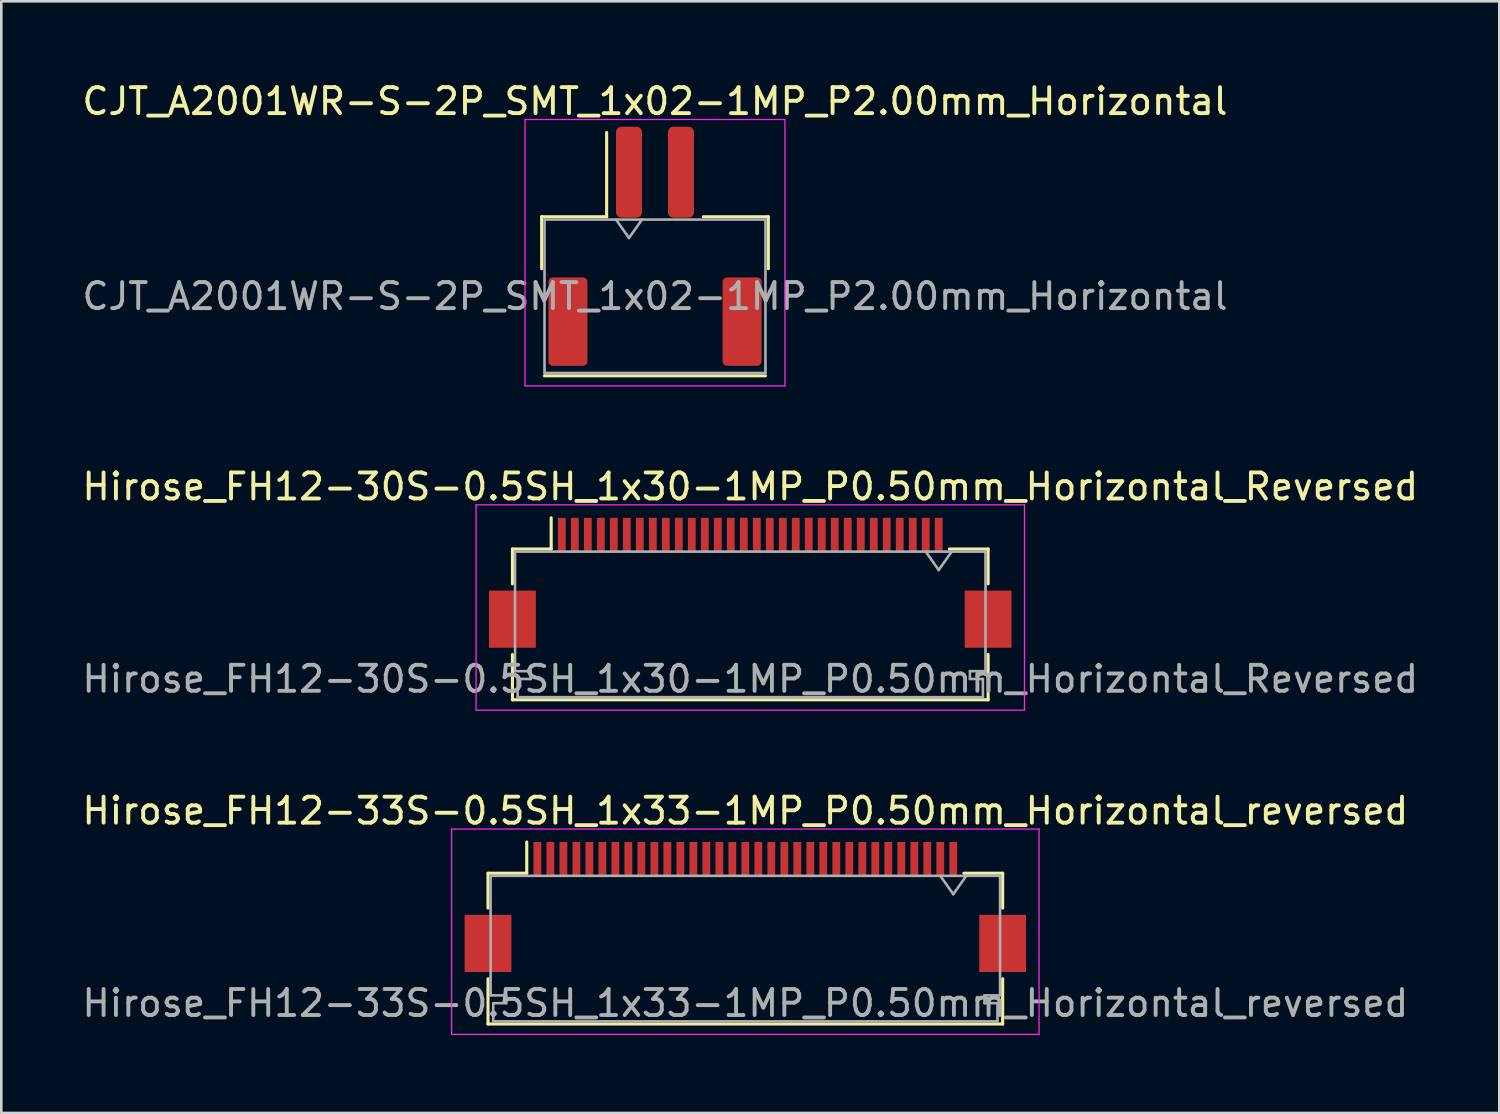
<source format=kicad_pcb>
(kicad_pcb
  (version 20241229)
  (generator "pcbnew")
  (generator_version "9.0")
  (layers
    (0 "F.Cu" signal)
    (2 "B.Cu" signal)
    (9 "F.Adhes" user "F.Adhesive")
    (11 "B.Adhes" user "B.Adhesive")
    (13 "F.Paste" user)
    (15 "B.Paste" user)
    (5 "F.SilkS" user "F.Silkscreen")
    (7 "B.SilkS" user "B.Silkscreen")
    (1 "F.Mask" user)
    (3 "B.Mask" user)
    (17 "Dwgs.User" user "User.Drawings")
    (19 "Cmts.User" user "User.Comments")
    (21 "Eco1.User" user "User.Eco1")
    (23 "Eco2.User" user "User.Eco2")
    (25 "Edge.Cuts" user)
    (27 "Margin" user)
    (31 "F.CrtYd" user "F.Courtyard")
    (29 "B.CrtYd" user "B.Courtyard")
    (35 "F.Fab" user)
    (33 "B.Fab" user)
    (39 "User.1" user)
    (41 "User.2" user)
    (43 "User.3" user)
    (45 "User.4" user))
  (footprint "CJT_A2001WR-S-2P_SMT_1x02-1MP_P2.00mm_Horizontal"
    (layer "F.Cu")
    (at 22.149 6.448)
    (property "Reference" "CJT_A2001WR-S-2P_SMT_1x02-1MP_P2.00mm_Horizontal" (at 0 -5.6 0) (layer "F.SilkS") (effects (font (size 1 1) (thickness 0.15))))
    (attr smd)
    (fp_line (start -4.36 -1.16) (end -1.86 -1.16) (stroke (width 0.12) (type solid)) (layer "F.SilkS"))
    (fp_line (start -4.36 0.84) (end -4.36 -1.16) (stroke (width 0.12) (type solid)) (layer "F.SilkS"))
    (fp_line (start -4.25 4.96) (end 4.25 4.96) (stroke (width 0.12) (type solid)) (layer "F.SilkS"))
    (fp_line (start -1.86 -1.16) (end -1.86 -4.4) (stroke (width 0.12) (type solid)) (layer "F.SilkS"))
    (fp_line (start 4.36 -1.16) (end 1.86 -1.16) (stroke (width 0.12) (type solid)) (layer "F.SilkS"))
    (fp_line (start 4.36 0.84) (end 4.36 -1.16) (stroke (width 0.12) (type solid)) (layer "F.SilkS"))
    (fp_line (start -5 -4.9) (end -5 5.35) (stroke (width 0.05) (type solid)) (layer "F.CrtYd"))
    (fp_line (start -5 5.35) (end 5 5.35) (stroke (width 0.05) (type solid)) (layer "F.CrtYd"))
    (fp_line (start 5 -4.9) (end -5 -4.9) (stroke (width 0.05) (type solid)) (layer "F.CrtYd"))
    (fp_line (start 5 5.35) (end 5 -4.9) (stroke (width 0.05) (type solid)) (layer "F.CrtYd"))
    (fp_line (start -4.25 -1.05) (end -4.25 4.85) (stroke (width 0.1) (type solid)) (layer "F.Fab"))
    (fp_line (start -4.25 -1.05) (end 4.25 -1.05) (stroke (width 0.1) (type solid)) (layer "F.Fab"))
    (fp_line (start -4.25 4.85) (end 4.25 4.85) (stroke (width 0.1) (type solid)) (layer "F.Fab"))
    (fp_line (start -1.5 -1.05) (end -1 -0.343) (stroke (width 0.1) (type solid)) (layer "F.Fab"))
    (fp_line (start -1 -0.343) (end -0.5 -1.05) (stroke (width 0.1) (type solid)) (layer "F.Fab"))
    (fp_line (start 4.25 -1.05) (end 4.25 4.85) (stroke (width 0.1) (type solid)) (layer "F.Fab"))
    (fp_text user "${REFERENCE}" (at 0 1.9 0) (layer "F.Fab") (effects (font (size 1 1) (thickness 0.15))))
    (pad "1" smd roundrect (at -1 -2.875) (size 1 3.5) (layers "F.Cu" "F.Mask" "F.Paste") (roundrect_rratio 0.208))
    (pad "2" smd roundrect (at 1 -2.875) (size 1 3.5) (layers "F.Cu" "F.Mask" "F.Paste") (roundrect_rratio 0.208))
    (pad "MP" smd roundrect (at -3.35 2.875) (size 1.5 3.4) (layers "F.Cu" "F.Mask" "F.Paste") (roundrect_rratio 0.109))
    (pad "MP" smd roundrect (at 3.35 2.875) (size 1.5 3.4) (layers "F.Cu" "F.Mask" "F.Paste") (roundrect_rratio 0.109)))
  (footprint "Hirose_FH12-33S-0.5SH_1x33-1MP_P0.50mm_Horizontal_reversed"
    (layer "F.Cu")
    (at 25.625 31.845)
    (property "Reference" "Hirose_FH12-33S-0.5SH_1x33-1MP_P0.50mm_Horizontal_reversed" (at 0 -3.7 0) (layer "F.SilkS") (effects (font (size 1 1) (thickness 0.15))))
    (attr smd)
    (fp_line (start -9.9 -1.3) (end -9.9 0.04) (stroke (width 0.12) (type solid)) (layer "F.SilkS"))
    (fp_line (start -9.9 2.76) (end -9.9 4.5) (stroke (width 0.12) (type solid)) (layer "F.SilkS"))
    (fp_line (start -9.9 4.5) (end 9.9 4.5) (stroke (width 0.12) (type solid)) (layer "F.SilkS"))
    (fp_line (start -8.41 -1.3) (end -9.9 -1.3) (stroke (width 0.12) (type solid)) (layer "F.SilkS"))
    (fp_line (start -8.41 -1.3) (end -8.41 -2.5) (stroke (width 0.12) (type solid)) (layer "F.SilkS"))
    (fp_line (start 8.41 -1.3) (end 9.9 -1.3) (stroke (width 0.12) (type solid)) (layer "F.SilkS"))
    (fp_line (start 9.9 -1.3) (end 9.9 0.04) (stroke (width 0.12) (type solid)) (layer "F.SilkS"))
    (fp_line (start 9.9 4.5) (end 9.9 2.76) (stroke (width 0.12) (type solid)) (layer "F.SilkS"))
    (fp_line (start -11.3 -3) (end -11.3 4.9) (stroke (width 0.05) (type solid)) (layer "F.CrtYd"))
    (fp_line (start -11.3 4.9) (end 11.3 4.9) (stroke (width 0.05) (type solid)) (layer "F.CrtYd"))
    (fp_line (start 11.3 -3) (end -11.3 -3) (stroke (width 0.05) (type solid)) (layer "F.CrtYd"))
    (fp_line (start 11.3 4.9) (end 11.3 -3) (stroke (width 0.05) (type solid)) (layer "F.CrtYd"))
    (fp_line (start -9.8 -1.2) (end -9.8 3.4) (stroke (width 0.1) (type solid)) (layer "F.Fab"))
    (fp_line (start -9.8 3.4) (end -9.2 3.4) (stroke (width 0.1) (type solid)) (layer "F.Fab"))
    (fp_line (start -9.7 3.7) (end -9.7 4.4) (stroke (width 0.1) (type solid)) (layer "F.Fab"))
    (fp_line (start -9.7 4.4) (end 0 4.4) (stroke (width 0.1) (type solid)) (layer "F.Fab"))
    (fp_line (start -9.2 3.4) (end -9.2 3.7) (stroke (width 0.1) (type solid)) (layer "F.Fab"))
    (fp_line (start -9.2 3.7) (end -9.7 3.7) (stroke (width 0.1) (type solid)) (layer "F.Fab"))
    (fp_line (start 0 -1.2) (end -9.8 -1.2) (stroke (width 0.1) (type solid)) (layer "F.Fab"))
    (fp_line (start 0 -1.2) (end 9.8 -1.2) (stroke (width 0.1) (type solid)) (layer "F.Fab"))
    (fp_line (start 7.5 -1.2) (end 8 -0.493) (stroke (width 0.1) (type solid)) (layer "F.Fab"))
    (fp_line (start 8 -0.493) (end 8.5 -1.2) (stroke (width 0.1) (type solid)) (layer "F.Fab"))
    (fp_line (start 9.2 3.4) (end 9.2 3.7) (stroke (width 0.1) (type solid)) (layer "F.Fab"))
    (fp_line (start 9.2 3.7) (end 9.7 3.7) (stroke (width 0.1) (type solid)) (layer "F.Fab"))
    (fp_line (start 9.7 3.7) (end 9.7 4.4) (stroke (width 0.1) (type solid)) (layer "F.Fab"))
    (fp_line (start 9.7 4.4) (end 0 4.4) (stroke (width 0.1) (type solid)) (layer "F.Fab"))
    (fp_line (start 9.8 -1.2) (end 9.8 3.4) (stroke (width 0.1) (type solid)) (layer "F.Fab"))
    (fp_line (start 9.8 3.4) (end 9.2 3.4) (stroke (width 0.1) (type solid)) (layer "F.Fab"))
    (fp_text user "${REFERENCE}" (at 0 3.7 0) (layer "F.Fab") (effects (font (size 1 1) (thickness 0.15))))
    (pad "1" smd rect (at 8 -1.85) (size 0.3 1.3) (layers "F.Cu" "F.Mask" "F.Paste"))
    (pad "2" smd rect (at 7.5 -1.85) (size 0.3 1.3) (layers "F.Cu" "F.Mask" "F.Paste"))
    (pad "3" smd rect (at 7 -1.85) (size 0.3 1.3) (layers "F.Cu" "F.Mask" "F.Paste"))
    (pad "4" smd rect (at 6.5 -1.85) (size 0.3 1.3) (layers "F.Cu" "F.Mask" "F.Paste"))
    (pad "5" smd rect (at 6 -1.85) (size 0.3 1.3) (layers "F.Cu" "F.Mask" "F.Paste"))
    (pad "6" smd rect (at 5.5 -1.85) (size 0.3 1.3) (layers "F.Cu" "F.Mask" "F.Paste"))
    (pad "7" smd rect (at 5 -1.85) (size 0.3 1.3) (layers "F.Cu" "F.Mask" "F.Paste"))
    (pad "8" smd rect (at 4.5 -1.85) (size 0.3 1.3) (layers "F.Cu" "F.Mask" "F.Paste"))
    (pad "9" smd rect (at 4 -1.85) (size 0.3 1.3) (layers "F.Cu" "F.Mask" "F.Paste"))
    (pad "10" smd rect (at 3.5 -1.85) (size 0.3 1.3) (layers "F.Cu" "F.Mask" "F.Paste"))
    (pad "11" smd rect (at 3 -1.85) (size 0.3 1.3) (layers "F.Cu" "F.Mask" "F.Paste"))
    (pad "12" smd rect (at 2.5 -1.85) (size 0.3 1.3) (layers "F.Cu" "F.Mask" "F.Paste"))
    (pad "13" smd rect (at 2 -1.85) (size 0.3 1.3) (layers "F.Cu" "F.Mask" "F.Paste"))
    (pad "14" smd rect (at 1.5 -1.85) (size 0.3 1.3) (layers "F.Cu" "F.Mask" "F.Paste"))
    (pad "15" smd rect (at 1 -1.85) (size 0.3 1.3) (layers "F.Cu" "F.Mask" "F.Paste"))
    (pad "16" smd rect (at 0.5 -1.85) (size 0.3 1.3) (layers "F.Cu" "F.Mask" "F.Paste"))
    (pad "17" smd rect (at 0 -1.85) (size 0.3 1.3) (layers "F.Cu" "F.Mask" "F.Paste"))
    (pad "18" smd rect (at -0.5 -1.85) (size 0.3 1.3) (layers "F.Cu" "F.Mask" "F.Paste"))
    (pad "19" smd rect (at -1 -1.85) (size 0.3 1.3) (layers "F.Cu" "F.Mask" "F.Paste"))
    (pad "20" smd rect (at -1.5 -1.85) (size 0.3 1.3) (layers "F.Cu" "F.Mask" "F.Paste"))
    (pad "21" smd rect (at -2 -1.85) (size 0.3 1.3) (layers "F.Cu" "F.Mask" "F.Paste"))
    (pad "22" smd rect (at -2.5 -1.85) (size 0.3 1.3) (layers "F.Cu" "F.Mask" "F.Paste"))
    (pad "23" smd rect (at -3 -1.85) (size 0.3 1.3) (layers "F.Cu" "F.Mask" "F.Paste"))
    (pad "24" smd rect (at -3.5 -1.85) (size 0.3 1.3) (layers "F.Cu" "F.Mask" "F.Paste"))
    (pad "25" smd rect (at -4 -1.85) (size 0.3 1.3) (layers "F.Cu" "F.Mask" "F.Paste"))
    (pad "26" smd rect (at -4.5 -1.85) (size 0.3 1.3) (layers "F.Cu" "F.Mask" "F.Paste"))
    (pad "27" smd rect (at -5 -1.85) (size 0.3 1.3) (layers "F.Cu" "F.Mask" "F.Paste"))
    (pad "28" smd rect (at -5.5 -1.85) (size 0.3 1.3) (layers "F.Cu" "F.Mask" "F.Paste"))
    (pad "29" smd rect (at -6 -1.85) (size 0.3 1.3) (layers "F.Cu" "F.Mask" "F.Paste"))
    (pad "30" smd rect (at -6.5 -1.85) (size 0.3 1.3) (layers "F.Cu" "F.Mask" "F.Paste"))
    (pad "31" smd rect (at -7 -1.85) (size 0.3 1.3) (layers "F.Cu" "F.Mask" "F.Paste"))
    (pad "32" smd rect (at -7.5 -1.85) (size 0.3 1.3) (layers "F.Cu" "F.Mask" "F.Paste"))
    (pad "33" smd rect (at -8 -1.85) (size 0.3 1.3) (layers "F.Cu" "F.Mask" "F.Paste"))
    (pad "MP" smd rect (at -9.9 1.4) (size 1.8 2.2) (layers "F.Cu" "F.Mask" "F.Paste"))
    (pad "MP" smd rect (at 9.9 1.4) (size 1.8 2.2) (layers "F.Cu" "F.Mask" "F.Paste")))
  (footprint "Hirose_FH12-30S-0.5SH_1x30-1MP_P0.50mm_Horizontal_Reversed"
    (layer "F.Cu")
    (at 25.815 19.372)
    (property "Reference" "Hirose_FH12-30S-0.5SH_1x30-1MP_P0.50mm_Horizontal_Reversed" (at 0 -3.7 0) (layer "F.SilkS") (effects (font (size 1 1) (thickness 0.15))))
    (attr smd)
    (fp_line (start -9.15 -1.3) (end -9.15 0.04) (stroke (width 0.12) (type solid)) (layer "F.SilkS"))
    (fp_line (start -9.15 2.76) (end -9.15 4.5) (stroke (width 0.12) (type solid)) (layer "F.SilkS"))
    (fp_line (start -9.15 4.5) (end 9.15 4.5) (stroke (width 0.12) (type solid)) (layer "F.SilkS"))
    (fp_line (start -7.66 -1.3) (end -9.15 -1.3) (stroke (width 0.12) (type solid)) (layer "F.SilkS"))
    (fp_line (start -7.66 -1.3) (end -7.66 -2.5) (stroke (width 0.12) (type solid)) (layer "F.SilkS"))
    (fp_line (start 7.66 -1.3) (end 9.15 -1.3) (stroke (width 0.12) (type solid)) (layer "F.SilkS"))
    (fp_line (start 9.15 -1.3) (end 9.15 0.04) (stroke (width 0.12) (type solid)) (layer "F.SilkS"))
    (fp_line (start 9.15 4.5) (end 9.15 2.76) (stroke (width 0.12) (type solid)) (layer "F.SilkS"))
    (fp_line (start -10.55 -3) (end -10.55 4.9) (stroke (width 0.05) (type solid)) (layer "F.CrtYd"))
    (fp_line (start -10.55 4.9) (end 10.55 4.9) (stroke (width 0.05) (type solid)) (layer "F.CrtYd"))
    (fp_line (start 10.55 -3) (end -10.55 -3) (stroke (width 0.05) (type solid)) (layer "F.CrtYd"))
    (fp_line (start 10.55 4.9) (end 10.55 -3) (stroke (width 0.05) (type solid)) (layer "F.CrtYd"))
    (fp_line (start -9.05 -1.2) (end -9.05 3.4) (stroke (width 0.1) (type solid)) (layer "F.Fab"))
    (fp_line (start -9.05 3.4) (end -8.45 3.4) (stroke (width 0.1) (type solid)) (layer "F.Fab"))
    (fp_line (start -8.95 3.7) (end -8.95 4.4) (stroke (width 0.1) (type solid)) (layer "F.Fab"))
    (fp_line (start -8.95 4.4) (end 0 4.4) (stroke (width 0.1) (type solid)) (layer "F.Fab"))
    (fp_line (start -8.45 3.4) (end -8.45 3.7) (stroke (width 0.1) (type solid)) (layer "F.Fab"))
    (fp_line (start -8.45 3.7) (end -8.95 3.7) (stroke (width 0.1) (type solid)) (layer "F.Fab"))
    (fp_line (start 0 -1.2) (end -9.05 -1.2) (stroke (width 0.1) (type solid)) (layer "F.Fab"))
    (fp_line (start 0 -1.2) (end 9.05 -1.2) (stroke (width 0.1) (type solid)) (layer "F.Fab"))
    (fp_line (start 6.75 -1.2) (end 7.25 -0.493) (stroke (width 0.1) (type solid)) (layer "F.Fab"))
    (fp_line (start 7.25 -0.493) (end 7.75 -1.2) (stroke (width 0.1) (type solid)) (layer "F.Fab"))
    (fp_line (start 8.45 3.4) (end 8.45 3.7) (stroke (width 0.1) (type solid)) (layer "F.Fab"))
    (fp_line (start 8.45 3.7) (end 8.95 3.7) (stroke (width 0.1) (type solid)) (layer "F.Fab"))
    (fp_line (start 8.95 3.7) (end 8.95 4.4) (stroke (width 0.1) (type solid)) (layer "F.Fab"))
    (fp_line (start 8.95 4.4) (end 0 4.4) (stroke (width 0.1) (type solid)) (layer "F.Fab"))
    (fp_line (start 9.05 -1.2) (end 9.05 3.4) (stroke (width 0.1) (type solid)) (layer "F.Fab"))
    (fp_line (start 9.05 3.4) (end 8.45 3.4) (stroke (width 0.1) (type solid)) (layer "F.Fab"))
    (fp_text user "${REFERENCE}" (at 0 3.7 0) (layer "F.Fab") (effects (font (size 1 1) (thickness 0.15))))
    (pad "1" smd rect (at 7.25 -1.85) (size 0.3 1.3) (layers "F.Cu" "F.Mask" "F.Paste"))
    (pad "2" smd rect (at 6.75 -1.85) (size 0.3 1.3) (layers "F.Cu" "F.Mask" "F.Paste"))
    (pad "3" smd rect (at 6.25 -1.85) (size 0.3 1.3) (layers "F.Cu" "F.Mask" "F.Paste"))
    (pad "4" smd rect (at 5.75 -1.85) (size 0.3 1.3) (layers "F.Cu" "F.Mask" "F.Paste"))
    (pad "5" smd rect (at 5.25 -1.85) (size 0.3 1.3) (layers "F.Cu" "F.Mask" "F.Paste"))
    (pad "6" smd rect (at 4.75 -1.85) (size 0.3 1.3) (layers "F.Cu" "F.Mask" "F.Paste"))
    (pad "7" smd rect (at 4.25 -1.85) (size 0.3 1.3) (layers "F.Cu" "F.Mask" "F.Paste"))
    (pad "8" smd rect (at 3.75 -1.85) (size 0.3 1.3) (layers "F.Cu" "F.Mask" "F.Paste"))
    (pad "9" smd rect (at 3.25 -1.85) (size 0.3 1.3) (layers "F.Cu" "F.Mask" "F.Paste"))
    (pad "10" smd rect (at 2.75 -1.85) (size 0.3 1.3) (layers "F.Cu" "F.Mask" "F.Paste"))
    (pad "11" smd rect (at 2.25 -1.85) (size 0.3 1.3) (layers "F.Cu" "F.Mask" "F.Paste"))
    (pad "12" smd rect (at 1.75 -1.85) (size 0.3 1.3) (layers "F.Cu" "F.Mask" "F.Paste"))
    (pad "13" smd rect (at 1.25 -1.85) (size 0.3 1.3) (layers "F.Cu" "F.Mask" "F.Paste"))
    (pad "14" smd rect (at 0.75 -1.85) (size 0.3 1.3) (layers "F.Cu" "F.Mask" "F.Paste"))
    (pad "15" smd rect (at 0.25 -1.85) (size 0.3 1.3) (layers "F.Cu" "F.Mask" "F.Paste"))
    (pad "16" smd rect (at -0.25 -1.85) (size 0.3 1.3) (layers "F.Cu" "F.Mask" "F.Paste"))
    (pad "17" smd rect (at -0.75 -1.85) (size 0.3 1.3) (layers "F.Cu" "F.Mask" "F.Paste"))
    (pad "18" smd rect (at -1.25 -1.85) (size 0.3 1.3) (layers "F.Cu" "F.Mask" "F.Paste"))
    (pad "19" smd rect (at -1.75 -1.85) (size 0.3 1.3) (layers "F.Cu" "F.Mask" "F.Paste"))
    (pad "20" smd rect (at -2.25 -1.85) (size 0.3 1.3) (layers "F.Cu" "F.Mask" "F.Paste"))
    (pad "21" smd rect (at -2.75 -1.85) (size 0.3 1.3) (layers "F.Cu" "F.Mask" "F.Paste"))
    (pad "22" smd rect (at -3.25 -1.85) (size 0.3 1.3) (layers "F.Cu" "F.Mask" "F.Paste"))
    (pad "23" smd rect (at -3.75 -1.85) (size 0.3 1.3) (layers "F.Cu" "F.Mask" "F.Paste"))
    (pad "24" smd rect (at -4.25 -1.85) (size 0.3 1.3) (layers "F.Cu" "F.Mask" "F.Paste"))
    (pad "25" smd rect (at -4.75 -1.85) (size 0.3 1.3) (layers "F.Cu" "F.Mask" "F.Paste"))
    (pad "26" smd rect (at -5.25 -1.85) (size 0.3 1.3) (layers "F.Cu" "F.Mask" "F.Paste"))
    (pad "27" smd rect (at -5.75 -1.85) (size 0.3 1.3) (layers "F.Cu" "F.Mask" "F.Paste"))
    (pad "28" smd rect (at -6.25 -1.85) (size 0.3 1.3) (layers "F.Cu" "F.Mask" "F.Paste"))
    (pad "29" smd rect (at -6.75 -1.85) (size 0.3 1.3) (layers "F.Cu" "F.Mask" "F.Paste"))
    (pad "30" smd rect (at -7.25 -1.85) (size 0.3 1.3) (layers "F.Cu" "F.Mask" "F.Paste"))
    (pad "MP" smd rect (at -9.15 1.4) (size 1.8 2.2) (layers "F.Cu" "F.Mask" "F.Paste"))
    (pad "MP" smd rect (at 9.15 1.4) (size 1.8 2.2) (layers "F.Cu" "F.Mask" "F.Paste")))
  (gr_rect
    (start -3 -3)
    (end 54.631 39.77)
    (stroke (width 0.1) (type default))
    (fill no)
    (layer "Edge.Cuts")))
</source>
